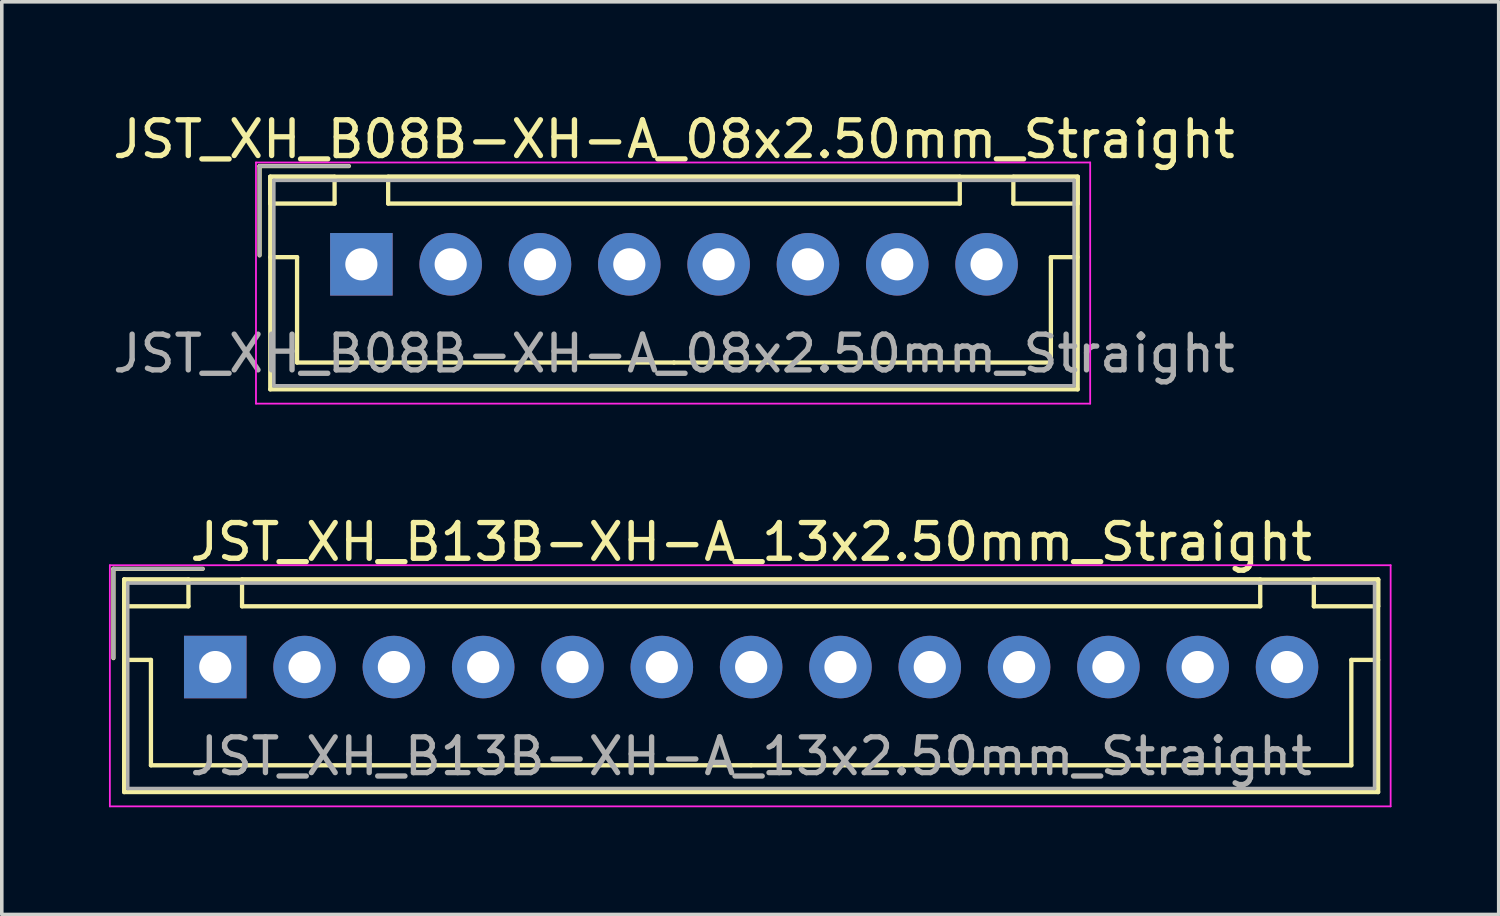
<source format=kicad_pcb>
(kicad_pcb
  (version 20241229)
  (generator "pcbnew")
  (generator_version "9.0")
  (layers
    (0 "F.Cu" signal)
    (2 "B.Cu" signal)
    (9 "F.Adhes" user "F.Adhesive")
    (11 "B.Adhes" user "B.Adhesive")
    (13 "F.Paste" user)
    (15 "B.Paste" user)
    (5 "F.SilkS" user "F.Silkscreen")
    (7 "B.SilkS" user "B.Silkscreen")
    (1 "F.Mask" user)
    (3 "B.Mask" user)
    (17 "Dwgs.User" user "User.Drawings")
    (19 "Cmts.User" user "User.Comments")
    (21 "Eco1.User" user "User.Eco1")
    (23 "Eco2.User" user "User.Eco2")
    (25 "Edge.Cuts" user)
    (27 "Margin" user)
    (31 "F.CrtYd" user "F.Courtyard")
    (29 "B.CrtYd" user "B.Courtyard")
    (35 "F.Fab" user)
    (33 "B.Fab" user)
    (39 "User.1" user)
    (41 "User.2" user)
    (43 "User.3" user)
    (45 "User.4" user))
  (footprint "JST_XH_B08B-XH-A_08x2.50mm_Straight"
    (layer "F.Cu")
    (at 7.065 4.348)
    (property "Reference" "JST_XH_B08B-XH-A_08x2.50mm_Straight" (at 8.75 -3.5 0) (layer "F.SilkS") (effects (font (size 1 1) (thickness 0.15))))
    (attr through_hole)
    (fp_line (start -2.85 -2.75) (end -2.85 -0.25) (stroke (width 0.12) (type solid)) (layer "F.SilkS"))
    (fp_line (start -2.55 -2.45) (end -2.55 -1.7) (stroke (width 0.12) (type solid)) (layer "F.SilkS"))
    (fp_line (start -2.55 -2.45) (end -2.55 3.5) (stroke (width 0.12) (type solid)) (layer "F.SilkS"))
    (fp_line (start -2.55 -1.7) (end -0.75 -1.7) (stroke (width 0.12) (type solid)) (layer "F.SilkS"))
    (fp_line (start -2.55 -0.2) (end -1.8 -0.2) (stroke (width 0.12) (type solid)) (layer "F.SilkS"))
    (fp_line (start -2.55 3.5) (end 20.05 3.5) (stroke (width 0.12) (type solid)) (layer "F.SilkS"))
    (fp_line (start -1.8 -0.2) (end -1.8 2.75) (stroke (width 0.12) (type solid)) (layer "F.SilkS"))
    (fp_line (start -1.8 2.75) (end 8.75 2.75) (stroke (width 0.12) (type solid)) (layer "F.SilkS"))
    (fp_line (start -0.75 -2.45) (end -2.55 -2.45) (stroke (width 0.12) (type solid)) (layer "F.SilkS"))
    (fp_line (start -0.75 -1.7) (end -0.75 -2.45) (stroke (width 0.12) (type solid)) (layer "F.SilkS"))
    (fp_line (start -0.35 -2.75) (end -2.85 -2.75) (stroke (width 0.12) (type solid)) (layer "F.SilkS"))
    (fp_line (start 0.75 -2.45) (end 0.75 -1.7) (stroke (width 0.12) (type solid)) (layer "F.SilkS"))
    (fp_line (start 0.75 -1.7) (end 16.75 -1.7) (stroke (width 0.12) (type solid)) (layer "F.SilkS"))
    (fp_line (start 16.75 -2.45) (end 0.75 -2.45) (stroke (width 0.12) (type solid)) (layer "F.SilkS"))
    (fp_line (start 16.75 -1.7) (end 16.75 -2.45) (stroke (width 0.12) (type solid)) (layer "F.SilkS"))
    (fp_line (start 18.25 -2.45) (end 18.25 -1.7) (stroke (width 0.12) (type solid)) (layer "F.SilkS"))
    (fp_line (start 18.25 -1.7) (end 20.05 -1.7) (stroke (width 0.12) (type solid)) (layer "F.SilkS"))
    (fp_line (start 19.3 -0.2) (end 19.3 2.75) (stroke (width 0.12) (type solid)) (layer "F.SilkS"))
    (fp_line (start 19.3 2.75) (end 8.75 2.75) (stroke (width 0.12) (type solid)) (layer "F.SilkS"))
    (fp_line (start 20.05 -2.45) (end -2.55 -2.45) (stroke (width 0.12) (type solid)) (layer "F.SilkS"))
    (fp_line (start 20.05 -2.45) (end 18.25 -2.45) (stroke (width 0.12) (type solid)) (layer "F.SilkS"))
    (fp_line (start 20.05 -1.7) (end 20.05 -2.45) (stroke (width 0.12) (type solid)) (layer "F.SilkS"))
    (fp_line (start 20.05 -0.2) (end 19.3 -0.2) (stroke (width 0.12) (type solid)) (layer "F.SilkS"))
    (fp_line (start 20.05 3.5) (end 20.05 -2.45) (stroke (width 0.12) (type solid)) (layer "F.SilkS"))
    (fp_line (start -2.95 -2.85) (end -2.95 3.9) (stroke (width 0.05) (type solid)) (layer "F.CrtYd"))
    (fp_line (start -2.95 3.9) (end 20.4 3.9) (stroke (width 0.05) (type solid)) (layer "F.CrtYd"))
    (fp_line (start 20.4 -2.85) (end -2.95 -2.85) (stroke (width 0.05) (type solid)) (layer "F.CrtYd"))
    (fp_line (start 20.4 3.9) (end 20.4 -2.85) (stroke (width 0.05) (type solid)) (layer "F.CrtYd"))
    (fp_line (start -2.85 -2.75) (end -2.85 -0.25) (stroke (width 0.1) (type solid)) (layer "F.Fab"))
    (fp_line (start -2.45 -2.35) (end -2.45 3.4) (stroke (width 0.1) (type solid)) (layer "F.Fab"))
    (fp_line (start -2.45 3.4) (end 19.95 3.4) (stroke (width 0.1) (type solid)) (layer "F.Fab"))
    (fp_line (start -0.35 -2.75) (end -2.85 -2.75) (stroke (width 0.1) (type solid)) (layer "F.Fab"))
    (fp_line (start 19.95 -2.35) (end -2.45 -2.35) (stroke (width 0.1) (type solid)) (layer "F.Fab"))
    (fp_line (start 19.95 3.4) (end 19.95 -2.35) (stroke (width 0.1) (type solid)) (layer "F.Fab"))
    (fp_text user "${REFERENCE}" (at 8.75 2.5 0) (layer "F.Fab") (effects (font (size 1 1) (thickness 0.15))))
    (pad "1" thru_hole rect (at 0 0) (size 1.75 1.75) (drill 0.9) (layers "*.Cu" "*.Mask"))
    (pad "2" thru_hole circle (at 2.5 0) (size 1.75 1.75) (drill 0.9) (layers "*.Cu" "*.Mask"))
    (pad "3" thru_hole circle (at 5 0) (size 1.75 1.75) (drill 0.9) (layers "*.Cu" "*.Mask"))
    (pad "4" thru_hole circle (at 7.5 0) (size 1.75 1.75) (drill 0.9) (layers "*.Cu" "*.Mask"))
    (pad "5" thru_hole circle (at 10 0) (size 1.75 1.75) (drill 0.9) (layers "*.Cu" "*.Mask"))
    (pad "6" thru_hole circle (at 12.5 0) (size 1.75 1.75) (drill 0.9) (layers "*.Cu" "*.Mask"))
    (pad "7" thru_hole circle (at 15 0) (size 1.75 1.75) (drill 0.9) (layers "*.Cu" "*.Mask"))
    (pad "8" thru_hole circle (at 17.5 0) (size 1.75 1.75) (drill 0.9) (layers "*.Cu" "*.Mask")))
  (footprint "JST_XH_B13B-XH-A_13x2.50mm_Straight"
    (layer "F.Cu")
    (at 2.975 15.621)
    (property "Reference" "JST_XH_B13B-XH-A_13x2.50mm_Straight" (at 15 -3.5 0) (layer "F.SilkS") (effects (font (size 1 1) (thickness 0.15))))
    (attr through_hole)
    (fp_line (start -2.85 -2.75) (end -2.85 -0.25) (stroke (width 0.12) (type solid)) (layer "F.SilkS"))
    (fp_line (start -2.55 -2.45) (end -2.55 -1.7) (stroke (width 0.12) (type solid)) (layer "F.SilkS"))
    (fp_line (start -2.55 -2.45) (end -2.55 3.5) (stroke (width 0.12) (type solid)) (layer "F.SilkS"))
    (fp_line (start -2.55 -1.7) (end -0.75 -1.7) (stroke (width 0.12) (type solid)) (layer "F.SilkS"))
    (fp_line (start -2.55 -0.2) (end -1.8 -0.2) (stroke (width 0.12) (type solid)) (layer "F.SilkS"))
    (fp_line (start -2.55 3.5) (end 32.55 3.5) (stroke (width 0.12) (type solid)) (layer "F.SilkS"))
    (fp_line (start -1.8 -0.2) (end -1.8 2.75) (stroke (width 0.12) (type solid)) (layer "F.SilkS"))
    (fp_line (start -1.8 2.75) (end 15 2.75) (stroke (width 0.12) (type solid)) (layer "F.SilkS"))
    (fp_line (start -0.75 -2.45) (end -2.55 -2.45) (stroke (width 0.12) (type solid)) (layer "F.SilkS"))
    (fp_line (start -0.75 -1.7) (end -0.75 -2.45) (stroke (width 0.12) (type solid)) (layer "F.SilkS"))
    (fp_line (start -0.35 -2.75) (end -2.85 -2.75) (stroke (width 0.12) (type solid)) (layer "F.SilkS"))
    (fp_line (start 0.75 -2.45) (end 0.75 -1.7) (stroke (width 0.12) (type solid)) (layer "F.SilkS"))
    (fp_line (start 0.75 -1.7) (end 29.25 -1.7) (stroke (width 0.12) (type solid)) (layer "F.SilkS"))
    (fp_line (start 29.25 -2.45) (end 0.75 -2.45) (stroke (width 0.12) (type solid)) (layer "F.SilkS"))
    (fp_line (start 29.25 -1.7) (end 29.25 -2.45) (stroke (width 0.12) (type solid)) (layer "F.SilkS"))
    (fp_line (start 30.75 -2.45) (end 30.75 -1.7) (stroke (width 0.12) (type solid)) (layer "F.SilkS"))
    (fp_line (start 30.75 -1.7) (end 32.55 -1.7) (stroke (width 0.12) (type solid)) (layer "F.SilkS"))
    (fp_line (start 31.8 -0.2) (end 31.8 2.75) (stroke (width 0.12) (type solid)) (layer "F.SilkS"))
    (fp_line (start 31.8 2.75) (end 15 2.75) (stroke (width 0.12) (type solid)) (layer "F.SilkS"))
    (fp_line (start 32.55 -2.45) (end -2.55 -2.45) (stroke (width 0.12) (type solid)) (layer "F.SilkS"))
    (fp_line (start 32.55 -2.45) (end 30.75 -2.45) (stroke (width 0.12) (type solid)) (layer "F.SilkS"))
    (fp_line (start 32.55 -1.7) (end 32.55 -2.45) (stroke (width 0.12) (type solid)) (layer "F.SilkS"))
    (fp_line (start 32.55 -0.2) (end 31.8 -0.2) (stroke (width 0.12) (type solid)) (layer "F.SilkS"))
    (fp_line (start 32.55 3.5) (end 32.55 -2.45) (stroke (width 0.12) (type solid)) (layer "F.SilkS"))
    (fp_line (start -2.95 -2.85) (end -2.95 3.9) (stroke (width 0.05) (type solid)) (layer "F.CrtYd"))
    (fp_line (start -2.95 3.9) (end 32.9 3.9) (stroke (width 0.05) (type solid)) (layer "F.CrtYd"))
    (fp_line (start 32.9 -2.85) (end -2.95 -2.85) (stroke (width 0.05) (type solid)) (layer "F.CrtYd"))
    (fp_line (start 32.9 3.9) (end 32.9 -2.85) (stroke (width 0.05) (type solid)) (layer "F.CrtYd"))
    (fp_line (start -2.85 -2.75) (end -2.85 -0.25) (stroke (width 0.1) (type solid)) (layer "F.Fab"))
    (fp_line (start -2.45 -2.35) (end -2.45 3.4) (stroke (width 0.1) (type solid)) (layer "F.Fab"))
    (fp_line (start -2.45 3.4) (end 32.45 3.4) (stroke (width 0.1) (type solid)) (layer "F.Fab"))
    (fp_line (start -0.35 -2.75) (end -2.85 -2.75) (stroke (width 0.1) (type solid)) (layer "F.Fab"))
    (fp_line (start 32.45 -2.35) (end -2.45 -2.35) (stroke (width 0.1) (type solid)) (layer "F.Fab"))
    (fp_line (start 32.45 3.4) (end 32.45 -2.35) (stroke (width 0.1) (type solid)) (layer "F.Fab"))
    (fp_text user "${REFERENCE}" (at 15 2.5 0) (layer "F.Fab") (effects (font (size 1 1) (thickness 0.15))))
    (pad "1" thru_hole rect (at 0 0) (size 1.75 1.75) (drill 0.9) (layers "*.Cu" "*.Mask"))
    (pad "2" thru_hole circle (at 2.5 0) (size 1.75 1.75) (drill 0.9) (layers "*.Cu" "*.Mask"))
    (pad "3" thru_hole circle (at 5 0) (size 1.75 1.75) (drill 0.9) (layers "*.Cu" "*.Mask"))
    (pad "4" thru_hole circle (at 7.5 0) (size 1.75 1.75) (drill 0.9) (layers "*.Cu" "*.Mask"))
    (pad "5" thru_hole circle (at 10 0) (size 1.75 1.75) (drill 0.9) (layers "*.Cu" "*.Mask"))
    (pad "6" thru_hole circle (at 12.5 0) (size 1.75 1.75) (drill 0.9) (layers "*.Cu" "*.Mask"))
    (pad "7" thru_hole circle (at 15 0) (size 1.75 1.75) (drill 0.9) (layers "*.Cu" "*.Mask"))
    (pad "8" thru_hole circle (at 17.5 0) (size 1.75 1.75) (drill 0.9) (layers "*.Cu" "*.Mask"))
    (pad "9" thru_hole circle (at 20 0) (size 1.75 1.75) (drill 0.9) (layers "*.Cu" "*.Mask"))
    (pad "10" thru_hole circle (at 22.5 0) (size 1.75 1.75) (drill 0.9) (layers "*.Cu" "*.Mask"))
    (pad "11" thru_hole circle (at 25 0) (size 1.75 1.75) (drill 0.9) (layers "*.Cu" "*.Mask"))
    (pad "12" thru_hole circle (at 27.5 0) (size 1.75 1.75) (drill 0.9) (layers "*.Cu" "*.Mask"))
    (pad "13" thru_hole circle (at 30 0) (size 1.75 1.75) (drill 0.9) (layers "*.Cu" "*.Mask")))
  (gr_rect
    (start -3 -3)
    (end 38.9 22.547)
    (stroke (width 0.1) (type default))
    (fill no)
    (layer "Edge.Cuts")))
</source>
